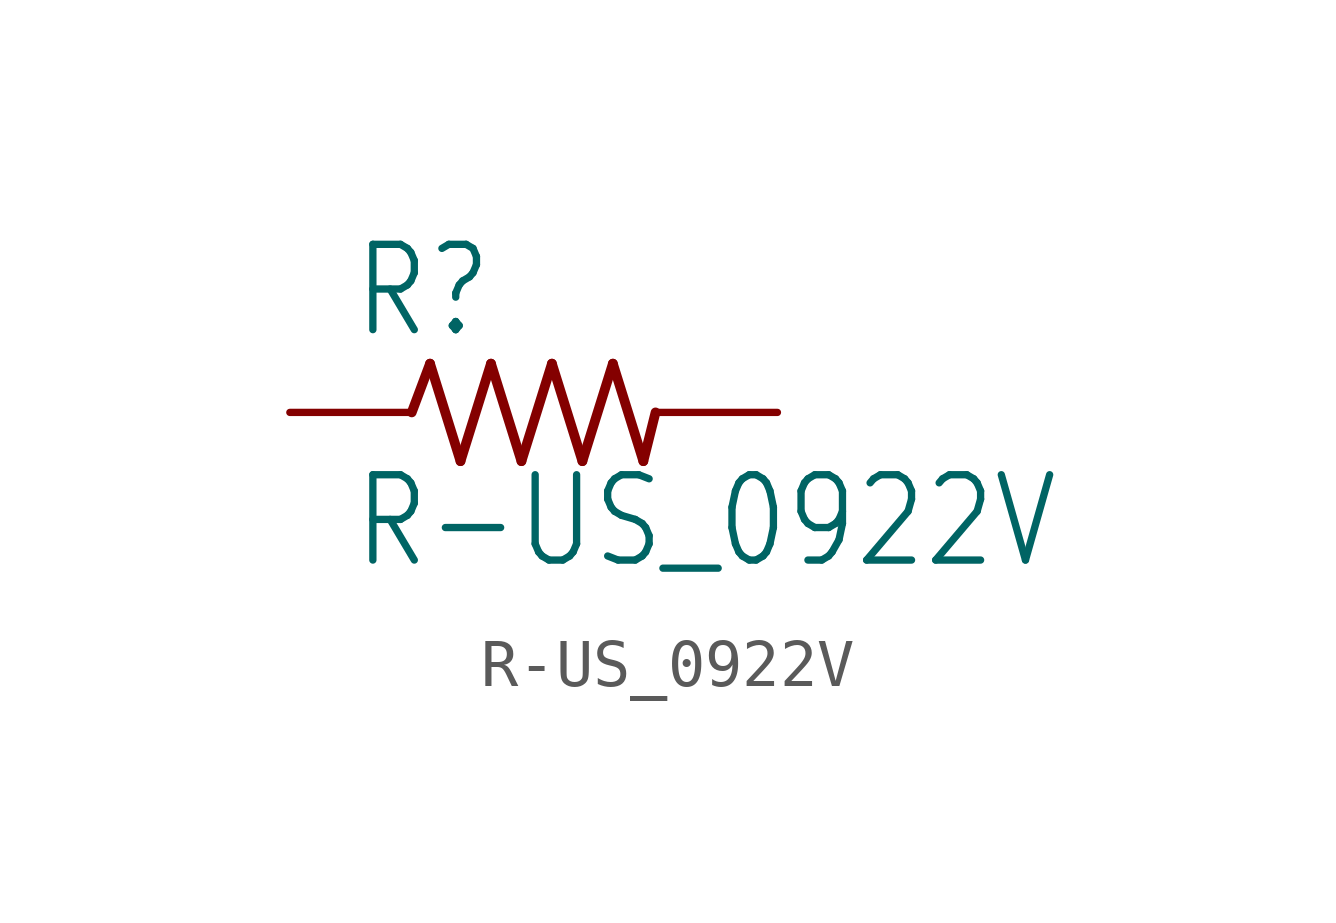
<source format=kicad_sym>
(kicad_symbol_lib
  (version 20220331)
  (generator kicad_symbol_editor)
  (symbol "R-US_0922V"
    (property "Reference" "R"
      (at -3.81 1.499 0)
      (effects (font (size 1.778 1.511)) (justify left bottom)))
    (property "Value" "R-US_0922V"
      (at -3.81 -3.302 0)
      (effects (font (size 1.778 1.511)) (justify left bottom)))
    (property "ki_locked" ""
      (at 0 0 0)
      (effects (font (size 1.27 1.27))))
    (symbol "R-US_0922V_1_0"
      (polyline (pts (xy -2.54 0) (xy -2.159 1.016)) (stroke (width 0.203) (type solid)) (fill (type none)))
      (polyline (pts (xy -2.159 1.016) (xy -1.524 -1.016)) (stroke (width 0.203) (type solid)) (fill (type none)))
      (polyline (pts (xy -1.524 -1.016) (xy -0.889 1.016)) (stroke (width 0.203) (type solid)) (fill (type none)))
      (polyline (pts (xy -0.889 1.016) (xy -0.254 -1.016)) (stroke (width 0.203) (type solid)) (fill (type none)))
      (polyline (pts (xy -0.254 -1.016) (xy 0.381 1.016)) (stroke (width 0.203) (type solid)) (fill (type none)))
      (polyline (pts (xy 0.381 1.016) (xy 1.016 -1.016)) (stroke (width 0.203) (type solid)) (fill (type none)))
      (polyline (pts (xy 1.016 -1.016) (xy 1.651 1.016)) (stroke (width 0.203) (type solid)) (fill (type none)))
      (polyline (pts (xy 1.651 1.016) (xy 2.286 -1.016)) (stroke (width 0.203) (type solid)) (fill (type none)))
      (polyline (pts (xy 2.286 -1.016) (xy 2.54 0)) (stroke (width 0.203) (type solid)) (fill (type none)))
      (pin passive line (at -5.08 0 0) (length 2.54) (name "1" (effects (font (size 0 0)))) (number "1" (effects (font (size 0 0)))))
      (pin passive line (at 5.08 0 180) (length 2.54) (name "2" (effects (font (size 0 0)))) (number "2" (effects (font (size 0 0))))))))
</source>
